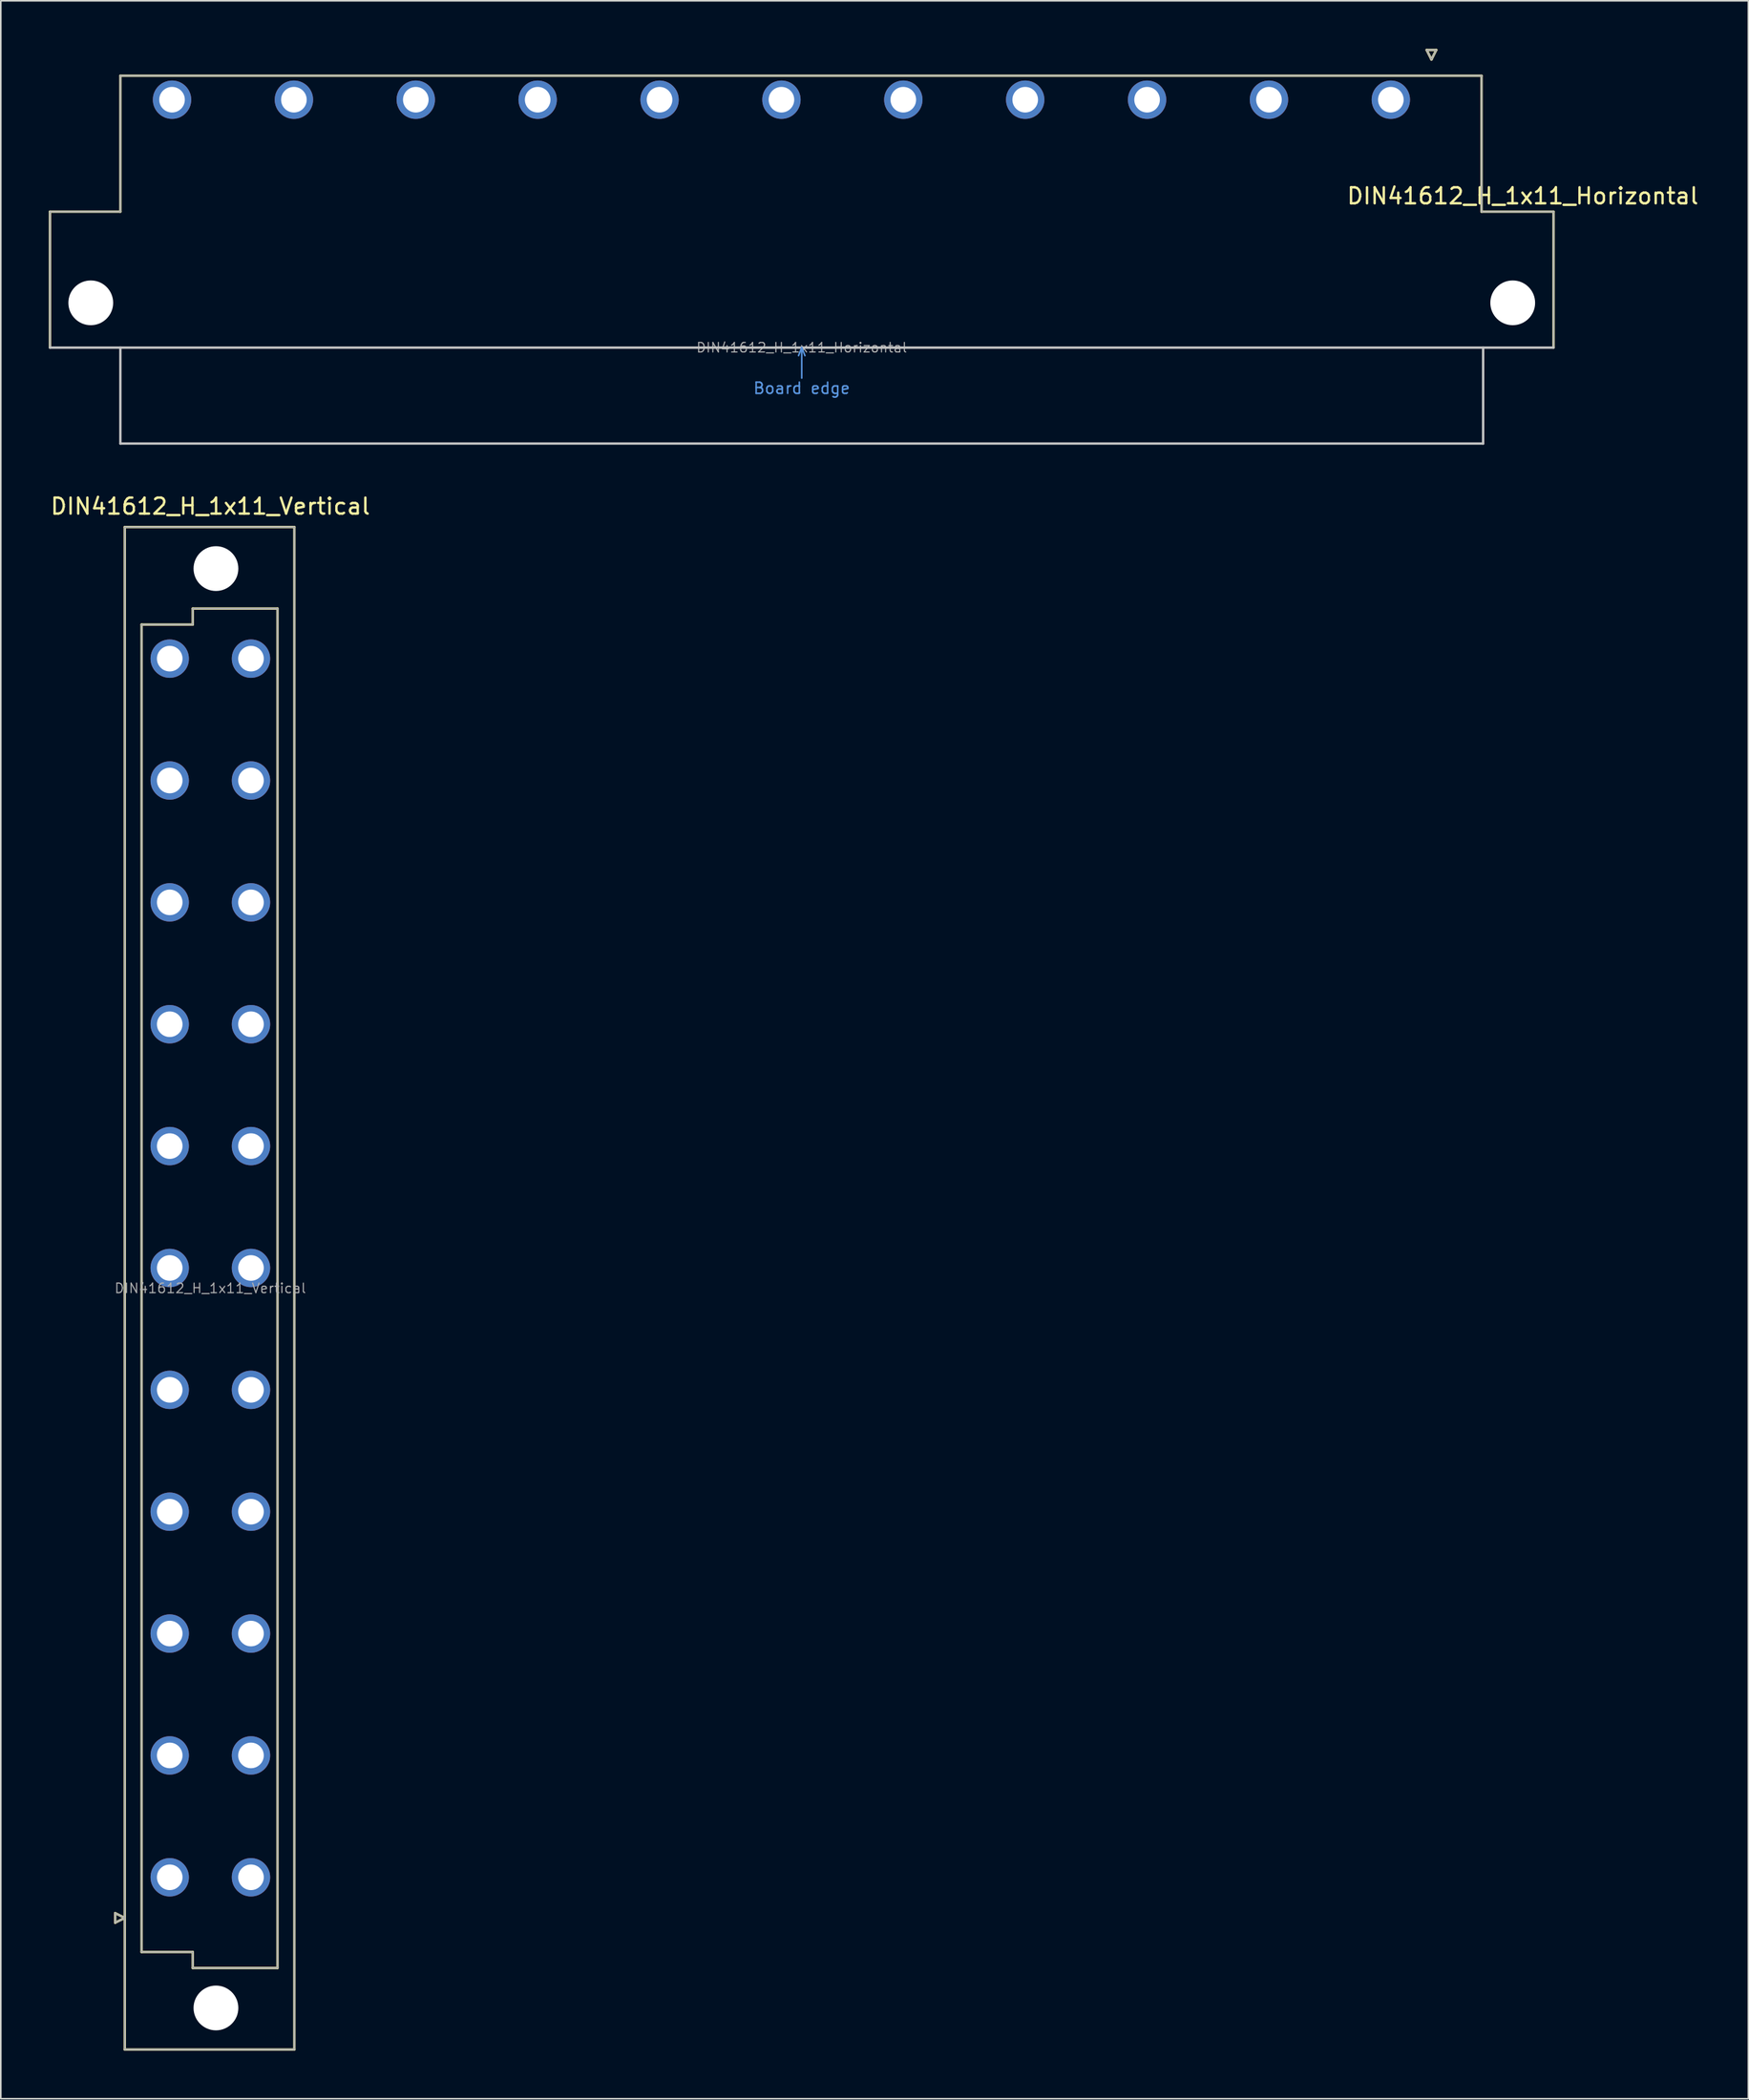
<source format=kicad_pcb>
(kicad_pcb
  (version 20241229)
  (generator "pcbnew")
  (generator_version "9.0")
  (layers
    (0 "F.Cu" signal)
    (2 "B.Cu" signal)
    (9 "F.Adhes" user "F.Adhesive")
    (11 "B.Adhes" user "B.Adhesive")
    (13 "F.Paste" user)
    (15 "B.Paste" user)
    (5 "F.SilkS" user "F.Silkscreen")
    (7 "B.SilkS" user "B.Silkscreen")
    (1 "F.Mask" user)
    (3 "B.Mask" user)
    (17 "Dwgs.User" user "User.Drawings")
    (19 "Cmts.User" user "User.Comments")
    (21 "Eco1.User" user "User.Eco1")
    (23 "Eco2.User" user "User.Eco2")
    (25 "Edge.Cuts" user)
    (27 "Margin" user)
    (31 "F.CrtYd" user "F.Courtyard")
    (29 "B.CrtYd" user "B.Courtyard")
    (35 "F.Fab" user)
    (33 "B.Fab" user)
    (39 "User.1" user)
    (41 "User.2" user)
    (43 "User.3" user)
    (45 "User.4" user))
  (footprint "DIN41612_H_1x11_Horizontal"
    (layer "F.Cu")
    (at 47.075 18.685)
    (property "Reference" "DIN41612_H_1x11_Horizontal" (at 45.079 -9.479 0) (layer "F.SilkS") (effects (font (size 1 1) (thickness 0.15))))
    (attr through_hole)
    (fp_line (start -47 -8.5) (end -47 0) (stroke (width 0.15) (type solid)) (layer "F.SilkS"))
    (fp_line (start -47 -8.5) (end -42.6 -8.5) (stroke (width 0.15) (type solid)) (layer "F.SilkS"))
    (fp_line (start -42.6 -17) (end -42.6 -8.5) (stroke (width 0.15) (type solid)) (layer "F.SilkS"))
    (fp_line (start 39.07 -18.61) (end 39.37 -18.01) (stroke (width 0.15) (type solid)) (layer "F.SilkS"))
    (fp_line (start 39.37 -18.01) (end 39.67 -18.61) (stroke (width 0.15) (type solid)) (layer "F.SilkS"))
    (fp_line (start 39.67 -18.61) (end 39.07 -18.61) (stroke (width 0.15) (type solid)) (layer "F.SilkS"))
    (fp_line (start 42.5 -17) (end -42.6 -17) (stroke (width 0.15) (type solid)) (layer "F.SilkS"))
    (fp_line (start 42.5 -8.5) (end 42.5 -17) (stroke (width 0.15) (type solid)) (layer "F.SilkS"))
    (fp_line (start 47 -8.5) (end 42.5 -8.5) (stroke (width 0.15) (type solid)) (layer "F.SilkS"))
    (fp_line (start 47 0) (end 47 -8.5) (stroke (width 0.15) (type solid)) (layer "F.SilkS"))
    (fp_line (start -47 0) (end 47 0) (stroke (width 0.15) (type solid)) (layer "Dwgs.User"))
    (fp_line (start -42.6 6) (end -42.6 0) (stroke (width 0.15) (type solid)) (layer "Dwgs.User"))
    (fp_line (start -42.6 6) (end 42.6 6) (stroke (width 0.15) (type solid)) (layer "Dwgs.User"))
    (fp_line (start 42.6 6) (end 42.6 0) (stroke (width 0.15) (type solid)) (layer "Dwgs.User"))
    (fp_line (start 0 0) (end -0.2 0.5) (stroke (width 0.1) (type solid)) (layer "Cmts.User"))
    (fp_line (start 0 0) (end 0 1.905) (stroke (width 0.1) (type solid)) (layer "Cmts.User"))
    (fp_line (start 0 0) (end 0.2 0.5) (stroke (width 0.1) (type solid)) (layer "Cmts.User"))
    (fp_line (start -47 -8.5) (end -47 0) (stroke (width 0.1) (type solid)) (layer "F.Fab"))
    (fp_line (start -47 -8.5) (end -42.6 -8.5) (stroke (width 0.1) (type solid)) (layer "F.Fab"))
    (fp_line (start -42.6 -17) (end -42.6 -8.5) (stroke (width 0.1) (type solid)) (layer "F.Fab"))
    (fp_line (start 39.07 -18.61) (end 39.37 -18.01) (stroke (width 0.1) (type solid)) (layer "F.Fab"))
    (fp_line (start 39.37 -18.01) (end 39.67 -18.61) (stroke (width 0.1) (type solid)) (layer "F.Fab"))
    (fp_line (start 39.67 -18.61) (end 39.07 -18.61) (stroke (width 0.1) (type solid)) (layer "F.Fab"))
    (fp_line (start 42.5 -17) (end -42.6 -17) (stroke (width 0.1) (type solid)) (layer "F.Fab"))
    (fp_line (start 42.5 -17) (end 42.5 -8.5) (stroke (width 0.1) (type solid)) (layer "F.Fab"))
    (fp_line (start 47 -8.5) (end 42.5 -8.5) (stroke (width 0.1) (type solid)) (layer "F.Fab"))
    (fp_line (start 47 0) (end 47 -8.5) (stroke (width 0.1) (type solid)) (layer "F.Fab"))
    (fp_text user "Board edge" (at 0 2.54 0) (layer "Cmts.User") (effects (font (size 0.7 0.7) (thickness 0.1))))
    (fp_text user "${REFERENCE}" (at 0 0 0) (layer "F.Fab") (effects (font (size 0.6 0.6) (thickness 0.07))))
    (pad "" np_thru_hole circle (at -44.45 -2.8 90) (size 2.8 2.8) (drill 2.8) (layers "*.Cu" "*.Mask"))
    (pad "" np_thru_hole circle (at 44.45 -2.8 90) (size 2.8 2.8) (drill 2.8) (layers "*.Cu" "*.Mask"))
    (pad "A2" thru_hole circle (at 36.83 -15.5 90) (size 2.4 2.4) (drill 1.6) (layers "*.Cu" "*.Mask"))
    (pad "A5" thru_hole circle (at 29.21 -15.5 90) (size 2.4 2.4) (drill 1.6) (layers "*.Cu" "*.Mask"))
    (pad "A8" thru_hole circle (at 21.59 -15.5 90) (size 2.4 2.4) (drill 1.6) (layers "*.Cu" "*.Mask"))
    (pad "A11" thru_hole circle (at 13.97 -15.5 90) (size 2.4 2.4) (drill 1.6) (layers "*.Cu" "*.Mask"))
    (pad "A14" thru_hole circle (at 6.35 -15.5 90) (size 2.4 2.4) (drill 1.6) (layers "*.Cu" "*.Mask"))
    (pad "A17" thru_hole circle (at -1.27 -15.5 90) (size 2.4 2.4) (drill 1.6) (layers "*.Cu" "*.Mask"))
    (pad "A20" thru_hole circle (at -8.89 -15.5 90) (size 2.4 2.4) (drill 1.6) (layers "*.Cu" "*.Mask"))
    (pad "A23" thru_hole circle (at -16.51 -15.5 90) (size 2.4 2.4) (drill 1.6) (layers "*.Cu" "*.Mask"))
    (pad "A26" thru_hole circle (at -24.13 -15.5 90) (size 2.4 2.4) (drill 1.6) (layers "*.Cu" "*.Mask"))
    (pad "A29" thru_hole circle (at -31.75 -15.5 90) (size 2.4 2.4) (drill 1.6) (layers "*.Cu" "*.Mask"))
    (pad "A32" thru_hole circle (at -39.37 -15.5 90) (size 2.4 2.4) (drill 1.6) (layers "*.Cu" "*.Mask")))
  (footprint "DIN41612_H_1x11_Vertical"
    (layer "F.Cu")
    (at 10.101 77.503)
    (property "Reference" "DIN41612_H_1x11_Vertical" (at 0 -48.895 0) (layer "F.SilkS") (effects (font (size 1 1) (thickness 0.15))))
    (attr through_hole)
    (fp_line (start -5.95 39.07) (end -5.95 39.67) (stroke (width 0.15) (type solid)) (layer "F.SilkS"))
    (fp_line (start -5.95 39.67) (end -5.35 39.37) (stroke (width 0.15) (type solid)) (layer "F.SilkS"))
    (fp_line (start -5.35 -47.6) (end -5.35 47.6) (stroke (width 0.15) (type solid)) (layer "F.SilkS"))
    (fp_line (start -5.35 39.37) (end -5.95 39.07) (stroke (width 0.15) (type solid)) (layer "F.SilkS"))
    (fp_line (start -5.35 47.6) (end 5.25 47.6) (stroke (width 0.15) (type solid)) (layer "F.SilkS"))
    (fp_line (start -4.3 -41.5) (end -1.1 -41.5) (stroke (width 0.15) (type solid)) (layer "F.SilkS"))
    (fp_line (start -4.3 41.5) (end -4.3 -41.5) (stroke (width 0.15) (type solid)) (layer "F.SilkS"))
    (fp_line (start -1.1 -42.5) (end 4.2 -42.5) (stroke (width 0.15) (type solid)) (layer "F.SilkS"))
    (fp_line (start -1.1 -41.5) (end -1.1 -42.5) (stroke (width 0.15) (type solid)) (layer "F.SilkS"))
    (fp_line (start -1.1 41.5) (end -4.3 41.5) (stroke (width 0.15) (type solid)) (layer "F.SilkS"))
    (fp_line (start -1.1 42.5) (end -1.1 41.5) (stroke (width 0.15) (type solid)) (layer "F.SilkS"))
    (fp_line (start 4.2 -42.5) (end 4.2 42.5) (stroke (width 0.15) (type solid)) (layer "F.SilkS"))
    (fp_line (start 4.2 42.5) (end -1.1 42.5) (stroke (width 0.15) (type solid)) (layer "F.SilkS"))
    (fp_line (start 5.25 -47.6) (end -5.35 -47.6) (stroke (width 0.15) (type solid)) (layer "F.SilkS"))
    (fp_line (start 5.25 47.6) (end 5.25 -47.6) (stroke (width 0.15) (type solid)) (layer "F.SilkS"))
    (fp_line (start -5.95 39.07) (end -5.95 39.67) (stroke (width 0.1) (type solid)) (layer "F.Fab"))
    (fp_line (start -5.95 39.67) (end -5.35 39.37) (stroke (width 0.1) (type solid)) (layer "F.Fab"))
    (fp_line (start -5.35 -47.6) (end -5.35 47.6) (stroke (width 0.1) (type solid)) (layer "F.Fab"))
    (fp_line (start -5.35 39.37) (end -5.95 39.07) (stroke (width 0.1) (type solid)) (layer "F.Fab"))
    (fp_line (start -5.35 47.6) (end 5.25 47.6) (stroke (width 0.1) (type solid)) (layer "F.Fab"))
    (fp_line (start -4.3 -41.5) (end -1.1 -41.5) (stroke (width 0.1) (type solid)) (layer "F.Fab"))
    (fp_line (start -4.3 41.5) (end -4.3 -41.5) (stroke (width 0.1) (type solid)) (layer "F.Fab"))
    (fp_line (start -1.1 -42.5) (end 4.2 -42.5) (stroke (width 0.1) (type solid)) (layer "F.Fab"))
    (fp_line (start -1.1 -41.5) (end -1.1 -42.5) (stroke (width 0.1) (type solid)) (layer "F.Fab"))
    (fp_line (start -1.1 41.5) (end -4.3 41.5) (stroke (width 0.1) (type solid)) (layer "F.Fab"))
    (fp_line (start -1.1 42.5) (end -1.1 41.5) (stroke (width 0.1) (type solid)) (layer "F.Fab"))
    (fp_line (start 4.2 -42.5) (end 4.2 42.5) (stroke (width 0.1) (type solid)) (layer "F.Fab"))
    (fp_line (start 4.2 42.5) (end -1.1 42.5) (stroke (width 0.1) (type solid)) (layer "F.Fab"))
    (fp_line (start 5.25 -47.6) (end -5.35 -47.6) (stroke (width 0.1) (type solid)) (layer "F.Fab"))
    (fp_line (start 5.25 47.6) (end 5.25 -47.6) (stroke (width 0.1) (type solid)) (layer "F.Fab"))
    (fp_text user "${REFERENCE}" (at 0 0 0) (layer "F.Fab") (effects (font (size 0.6 0.6) (thickness 0.07))))
    (pad "" np_thru_hole circle (at 0.35 -45 180) (size 2.8 2.8) (drill 2.8) (layers "*.Cu" "*.Mask"))
    (pad "" np_thru_hole circle (at 0.35 45 180) (size 2.8 2.8) (drill 2.8) (layers "*.Cu" "*.Mask"))
    (pad "A2" thru_hole circle (at -2.54 36.83) (size 2.4 2.4) (drill 1.6) (layers "*.Cu" "*.Mask"))
    (pad "A2" thru_hole circle (at 2.54 36.83) (size 2.4 2.4) (drill 1.6) (layers "*.Cu" "*.Mask"))
    (pad "A5" thru_hole circle (at -2.54 29.21) (size 2.4 2.4) (drill 1.6) (layers "*.Cu" "*.Mask"))
    (pad "A5" thru_hole circle (at 2.54 29.21) (size 2.4 2.4) (drill 1.6) (layers "*.Cu" "*.Mask"))
    (pad "A8" thru_hole circle (at -2.54 21.59) (size 2.4 2.4) (drill 1.6) (layers "*.Cu" "*.Mask"))
    (pad "A8" thru_hole circle (at 2.54 21.59) (size 2.4 2.4) (drill 1.6) (layers "*.Cu" "*.Mask"))
    (pad "A11" thru_hole circle (at -2.54 13.97) (size 2.4 2.4) (drill 1.6) (layers "*.Cu" "*.Mask"))
    (pad "A11" thru_hole circle (at 2.54 13.97) (size 2.4 2.4) (drill 1.6) (layers "*.Cu" "*.Mask"))
    (pad "A14" thru_hole circle (at -2.54 6.35) (size 2.4 2.4) (drill 1.6) (layers "*.Cu" "*.Mask"))
    (pad "A14" thru_hole circle (at 2.54 6.35) (size 2.4 2.4) (drill 1.6) (layers "*.Cu" "*.Mask"))
    (pad "A17" thru_hole circle (at -2.54 -1.27) (size 2.4 2.4) (drill 1.6) (layers "*.Cu" "*.Mask"))
    (pad "A17" thru_hole circle (at 2.54 -1.27) (size 2.4 2.4) (drill 1.6) (layers "*.Cu" "*.Mask"))
    (pad "A20" thru_hole circle (at -2.54 -8.89) (size 2.4 2.4) (drill 1.6) (layers "*.Cu" "*.Mask"))
    (pad "A20" thru_hole circle (at 2.54 -8.89) (size 2.4 2.4) (drill 1.6) (layers "*.Cu" "*.Mask"))
    (pad "A23" thru_hole circle (at -2.54 -16.51) (size 2.4 2.4) (drill 1.6) (layers "*.Cu" "*.Mask"))
    (pad "A23" thru_hole circle (at 2.54 -16.51) (size 2.4 2.4) (drill 1.6) (layers "*.Cu" "*.Mask"))
    (pad "A26" thru_hole circle (at -2.54 -24.13) (size 2.4 2.4) (drill 1.6) (layers "*.Cu" "*.Mask"))
    (pad "A26" thru_hole circle (at 2.54 -24.13) (size 2.4 2.4) (drill 1.6) (layers "*.Cu" "*.Mask"))
    (pad "A29" thru_hole circle (at -2.54 -31.75) (size 2.4 2.4) (drill 1.6) (layers "*.Cu" "*.Mask"))
    (pad "A29" thru_hole circle (at 2.54 -31.75) (size 2.4 2.4) (drill 1.6) (layers "*.Cu" "*.Mask"))
    (pad "A32" thru_hole circle (at -2.54 -39.37) (size 2.4 2.4) (drill 1.6) (layers "*.Cu" "*.Mask"))
    (pad "A32" thru_hole circle (at 2.54 -39.37) (size 2.4 2.4) (drill 1.6) (layers "*.Cu" "*.Mask")))
  (gr_rect
    (start -3 -3)
    (end 106.256 128.178)
    (stroke (width 0.1) (type default))
    (fill no)
    (layer "Edge.Cuts")))
</source>
